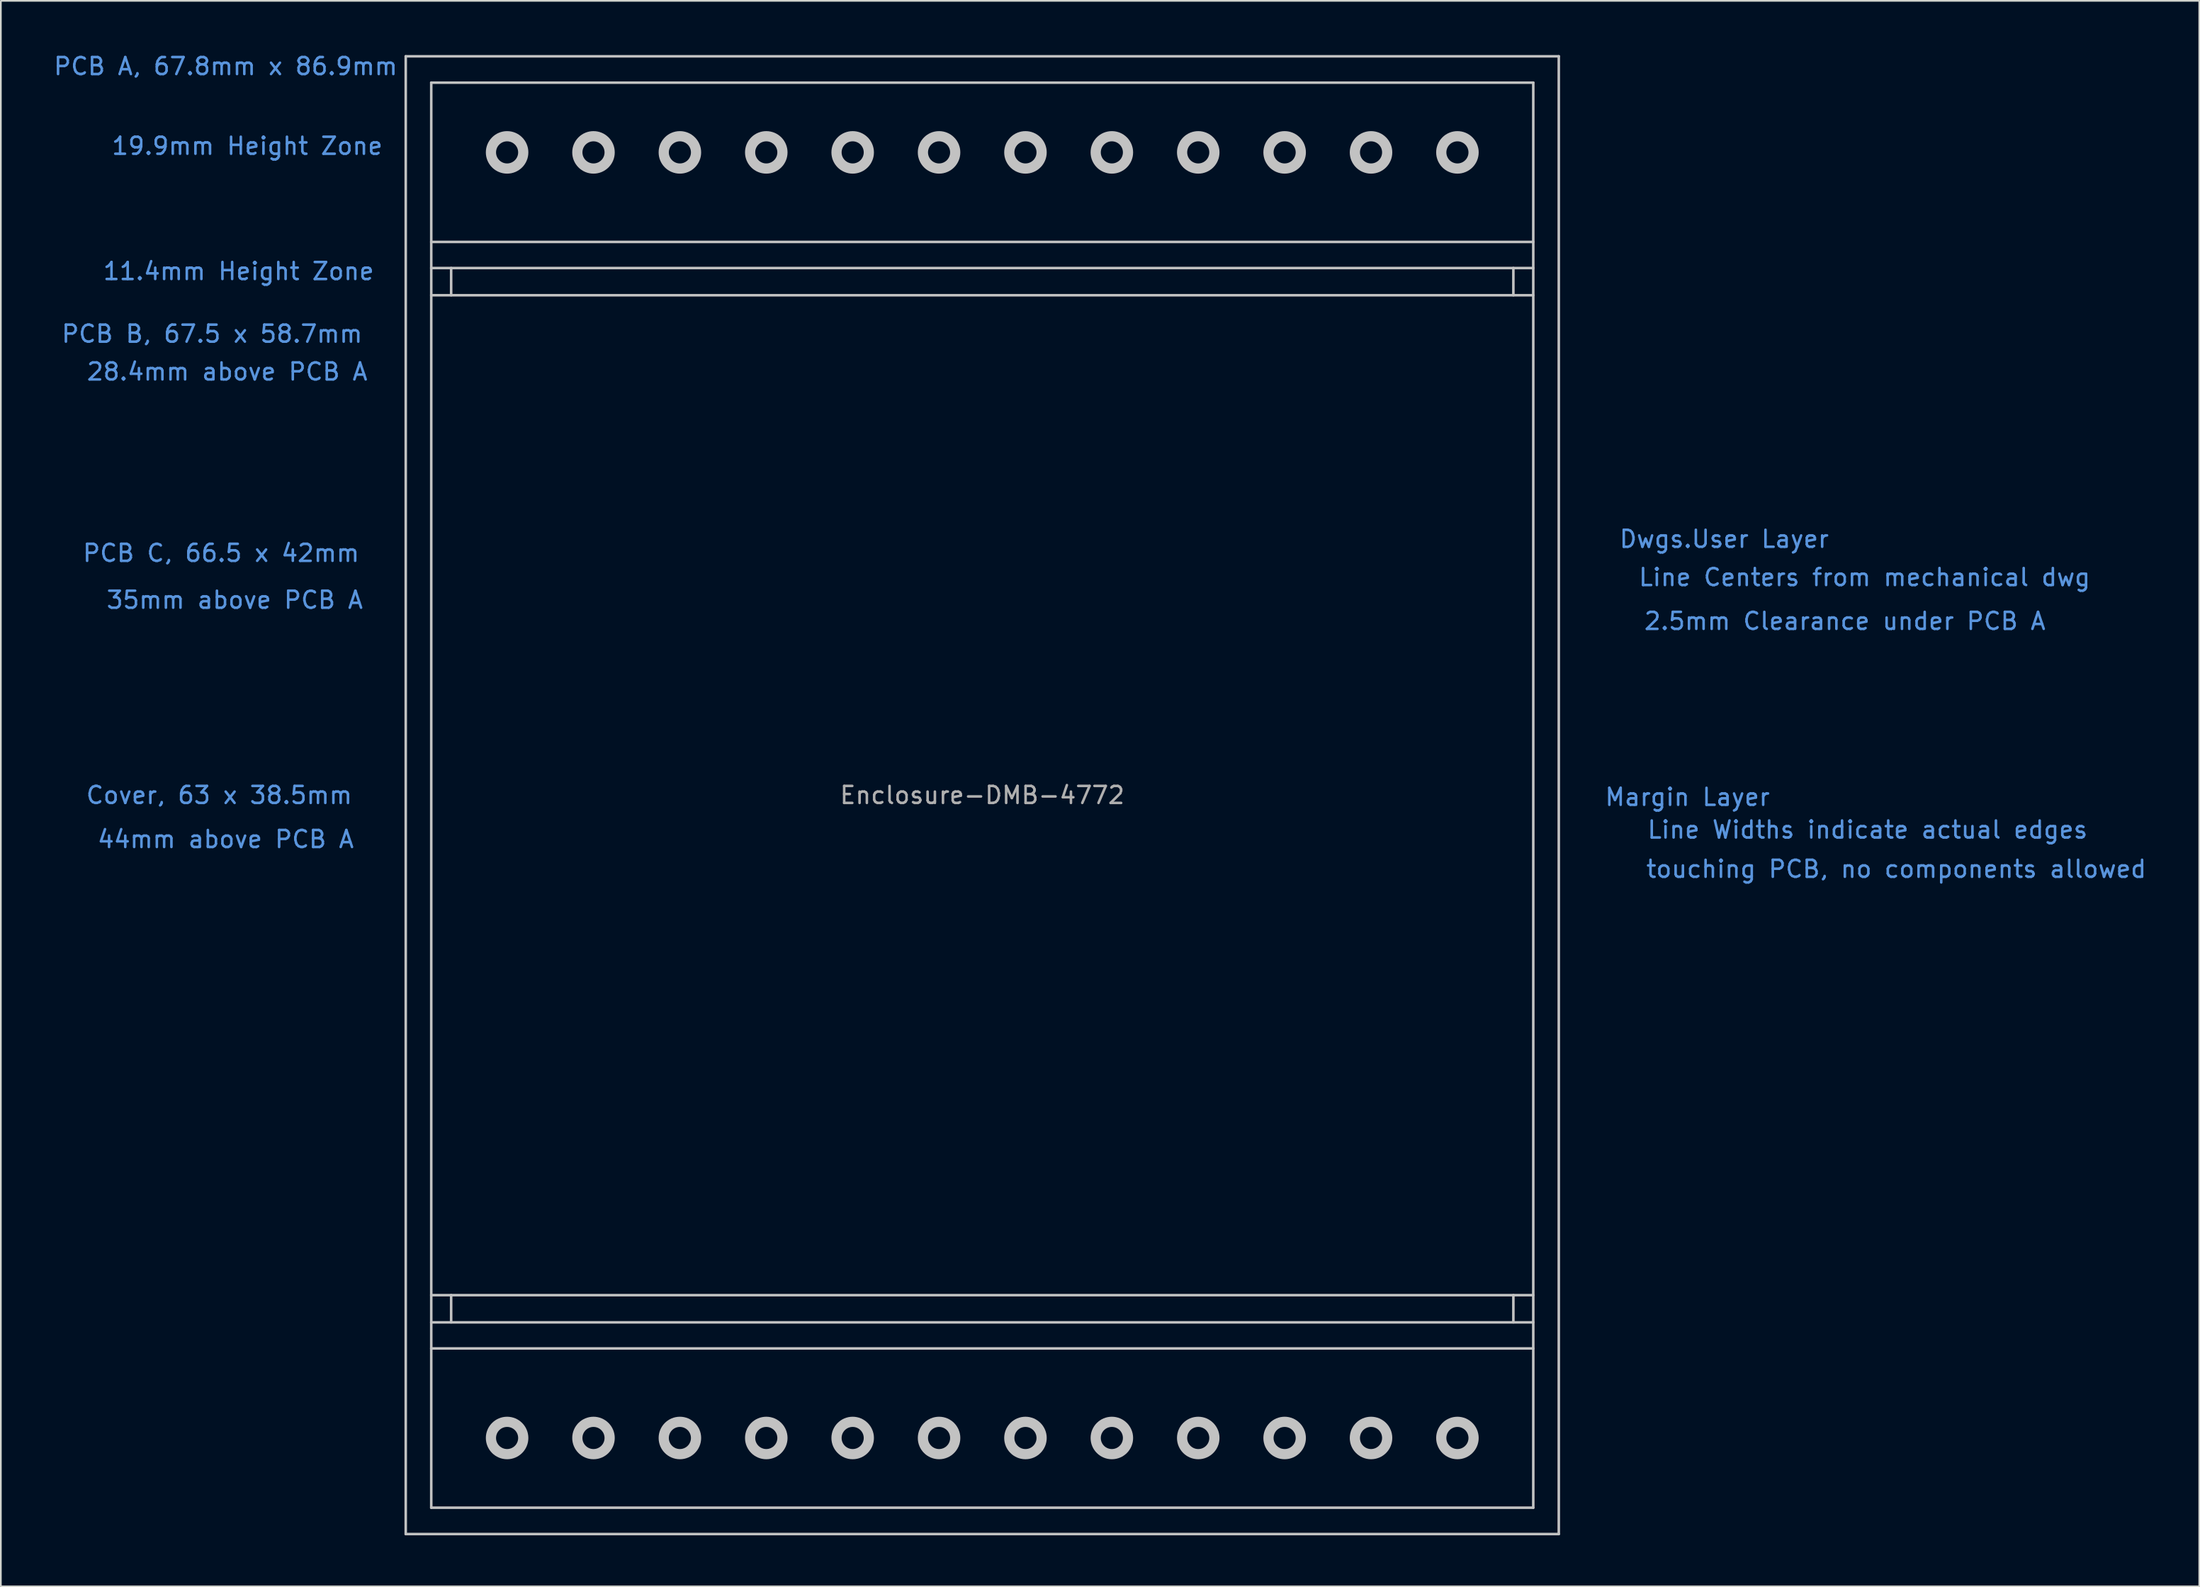
<source format=kicad_pcb>
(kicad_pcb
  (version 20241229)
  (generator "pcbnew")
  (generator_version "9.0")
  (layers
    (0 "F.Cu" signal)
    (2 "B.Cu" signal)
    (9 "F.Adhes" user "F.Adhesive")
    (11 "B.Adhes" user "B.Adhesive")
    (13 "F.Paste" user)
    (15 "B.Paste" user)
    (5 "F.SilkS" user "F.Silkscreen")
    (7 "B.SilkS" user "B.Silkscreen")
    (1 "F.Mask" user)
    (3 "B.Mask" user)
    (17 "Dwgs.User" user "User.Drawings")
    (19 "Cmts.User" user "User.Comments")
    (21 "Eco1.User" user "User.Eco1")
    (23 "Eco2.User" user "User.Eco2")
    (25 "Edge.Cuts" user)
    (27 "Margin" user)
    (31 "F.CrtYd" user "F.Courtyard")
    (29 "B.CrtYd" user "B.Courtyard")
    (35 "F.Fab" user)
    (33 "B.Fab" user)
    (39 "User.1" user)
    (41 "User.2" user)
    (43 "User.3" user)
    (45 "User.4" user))
  (footprint "Enclosure-DMB-4772"
    (layer "F.Cu")
    (at 54.708 43.711)
    (property "Reference" "Enclosure-DMB-4772" (at 0 0 0) (layer "F.Fab") (effects (font (size 1 1) (thickness 0.15))))
    (attr through_hole)
    (fp_line (start -33.9 -43.45) (end 33.9 -43.45) (stroke (width 0.15) (type solid)) (layer "Dwgs.User"))
    (fp_line (start -33.9 43.45) (end -33.9 -43.45) (stroke (width 0.15) (type solid)) (layer "Dwgs.User"))
    (fp_line (start -33.9 43.45) (end 33.9 43.45) (stroke (width 0.15) (type solid)) (layer "Dwgs.User"))
    (fp_line (start -32.4 -41.9) (end -32.4 41.9) (stroke (width 0.15) (type solid)) (layer "Dwgs.User"))
    (fp_line (start -32.4 -41.9) (end 32.4 -41.9) (stroke (width 0.15) (type solid)) (layer "Dwgs.User"))
    (fp_line (start -32.4 -32.535) (end 32.4 -32.535) (stroke (width 0.15) (type solid)) (layer "Dwgs.User"))
    (fp_line (start -32.4 -31) (end 32.4 -31) (stroke (width 0.15) (type solid)) (layer "Dwgs.User"))
    (fp_line (start -32.4 -29.4) (end 32.4 -29.4) (stroke (width 0.15) (type solid)) (layer "Dwgs.User"))
    (fp_line (start -32.4 29.4) (end 32.4 29.4) (stroke (width 0.15) (type solid)) (layer "Dwgs.User"))
    (fp_line (start -32.4 31) (end 32.4 31) (stroke (width 0.15) (type solid)) (layer "Dwgs.User"))
    (fp_line (start -32.4 32.535) (end 32.4 32.535) (stroke (width 0.15) (type solid)) (layer "Dwgs.User"))
    (fp_line (start -32.4 41.9) (end 32.4 41.9) (stroke (width 0.15) (type solid)) (layer "Dwgs.User"))
    (fp_line (start -31.23 -31) (end -31.23 -29.4) (stroke (width 0.15) (type solid)) (layer "Dwgs.User"))
    (fp_line (start -31.23 29.4) (end -31.23 31) (stroke (width 0.15) (type solid)) (layer "Dwgs.User"))
    (fp_line (start 31.23 -31) (end 31.23 -29.4) (stroke (width 0.15) (type solid)) (layer "Dwgs.User"))
    (fp_line (start 31.23 29.4) (end 31.23 31) (stroke (width 0.15) (type solid)) (layer "Dwgs.User"))
    (fp_line (start 32.4 -41.9) (end 32.4 41.9) (stroke (width 0.15) (type solid)) (layer "Dwgs.User"))
    (fp_line (start 33.9 -43.45) (end 33.9 43.45) (stroke (width 0.15) (type solid)) (layer "Dwgs.User"))
    (fp_circle (center -27.94 -37.8) (end -27.94 -36.85) (stroke (width 0.6) (type solid)) (fill no) (layer "Dwgs.User"))
    (fp_circle (center -27.94 37.8) (end -27.94 38.75) (stroke (width 0.6) (type solid)) (fill no) (layer "Dwgs.User"))
    (fp_circle (center -22.86 -37.8) (end -22.86 -36.85) (stroke (width 0.6) (type solid)) (fill no) (layer "Dwgs.User"))
    (fp_circle (center -22.86 37.8) (end -22.86 38.75) (stroke (width 0.6) (type solid)) (fill no) (layer "Dwgs.User"))
    (fp_circle (center -17.78 -37.8) (end -17.78 -36.85) (stroke (width 0.6) (type solid)) (fill no) (layer "Dwgs.User"))
    (fp_circle (center -17.78 37.8) (end -17.78 38.75) (stroke (width 0.6) (type solid)) (fill no) (layer "Dwgs.User"))
    (fp_circle (center -12.7 -37.8) (end -12.7 -36.85) (stroke (width 0.6) (type solid)) (fill no) (layer "Dwgs.User"))
    (fp_circle (center -12.7 37.8) (end -12.7 38.75) (stroke (width 0.6) (type solid)) (fill no) (layer "Dwgs.User"))
    (fp_circle (center -7.62 -37.8) (end -7.62 -36.85) (stroke (width 0.6) (type solid)) (fill no) (layer "Dwgs.User"))
    (fp_circle (center -7.62 37.8) (end -7.62 38.75) (stroke (width 0.6) (type solid)) (fill no) (layer "Dwgs.User"))
    (fp_circle (center -2.54 -37.8) (end -2.54 -36.85) (stroke (width 0.6) (type solid)) (fill no) (layer "Dwgs.User"))
    (fp_circle (center -2.54 37.8) (end -2.54 38.75) (stroke (width 0.6) (type solid)) (fill no) (layer "Dwgs.User"))
    (fp_circle (center 2.54 -37.8) (end 2.54 -36.85) (stroke (width 0.6) (type solid)) (fill no) (layer "Dwgs.User"))
    (fp_circle (center 2.54 37.8) (end 2.54 38.75) (stroke (width 0.6) (type solid)) (fill no) (layer "Dwgs.User"))
    (fp_circle (center 7.62 -37.8) (end 7.62 -36.85) (stroke (width 0.6) (type solid)) (fill no) (layer "Dwgs.User"))
    (fp_circle (center 7.62 37.8) (end 7.62 38.75) (stroke (width 0.6) (type solid)) (fill no) (layer "Dwgs.User"))
    (fp_circle (center 12.7 -37.8) (end 12.7 -36.85) (stroke (width 0.6) (type solid)) (fill no) (layer "Dwgs.User"))
    (fp_circle (center 12.7 37.8) (end 12.7 38.75) (stroke (width 0.6) (type solid)) (fill no) (layer "Dwgs.User"))
    (fp_circle (center 17.78 -37.8) (end 17.78 -36.85) (stroke (width 0.6) (type solid)) (fill no) (layer "Dwgs.User"))
    (fp_circle (center 17.78 37.8) (end 17.78 38.75) (stroke (width 0.6) (type solid)) (fill no) (layer "Dwgs.User"))
    (fp_circle (center 22.86 -37.8) (end 22.86 -36.85) (stroke (width 0.6) (type solid)) (fill no) (layer "Dwgs.User"))
    (fp_circle (center 22.86 37.8) (end 22.86 38.75) (stroke (width 0.6) (type solid)) (fill no) (layer "Dwgs.User"))
    (fp_circle (center 27.94 -37.8) (end 27.94 -36.85) (stroke (width 0.6) (type solid)) (fill no) (layer "Dwgs.User"))
    (fp_circle (center 27.94 37.8) (end 27.94 38.75) (stroke (width 0.6) (type solid)) (fill no) (layer "Dwgs.User"))
    (fp_line (start -33.75 -29.35) (end -33.75 29.35) (stroke (width 0.15) (type solid)) (layer "Eco2.User"))
    (fp_line (start -33.75 -29.35) (end 33.75 -29.35) (stroke (width 0.15) (type solid)) (layer "Eco2.User"))
    (fp_line (start -33.75 29.35) (end 33.75 29.35) (stroke (width 0.15) (type solid)) (layer "Eco2.User"))
    (fp_line (start -33.25 -21) (end -33.25 21) (stroke (width 0.15) (type solid)) (layer "Eco2.User"))
    (fp_line (start -33.25 -21) (end 33.25 -21) (stroke (width 0.15) (type solid)) (layer "Eco2.User"))
    (fp_line (start -33.25 21) (end 33.25 21) (stroke (width 0.15) (type solid)) (layer "Eco2.User"))
    (fp_line (start -31.5 -19.25) (end -31.5 19.25) (stroke (width 0.15) (type solid)) (layer "Eco2.User"))
    (fp_line (start -31.5 -19.25) (end 31.5 -19.25) (stroke (width 0.15) (type solid)) (layer "Eco2.User"))
    (fp_line (start -31.5 19.25) (end 31.5 19.25) (stroke (width 0.15) (type solid)) (layer "Eco2.User"))
    (fp_line (start 31.5 -19.25) (end 31.5 19.25) (stroke (width 0.15) (type solid)) (layer "Eco2.User"))
    (fp_line (start 33.25 -21) (end 33.25 21) (stroke (width 0.15) (type solid)) (layer "Eco2.User"))
    (fp_line (start 33.75 -29.35) (end 33.75 29.35) (stroke (width 0.15) (type solid)) (layer "Eco2.User"))
    (fp_arc (start -31.5 17.65) (mid -30.368629 18.118629) (end -29.9 19.25) (stroke (width 0.15) (type solid)) (layer "Eco2.User"))
    (fp_arc (start -29.9 -19.25) (mid -30.368629 -18.118629) (end -31.5 -17.65) (stroke (width 0.15) (type solid)) (layer "Eco2.User"))
    (fp_arc (start 29.9 19.25) (mid 30.368629 18.118629) (end 31.5 17.65) (stroke (width 0.15) (type solid)) (layer "Eco2.User"))
    (fp_arc (start 31.5 -17.65) (mid 30.368629 -18.118629) (end 29.9 -19.25) (stroke (width 0.15) (type solid)) (layer "Eco2.User"))
    (fp_circle (center -30.875 -27.5) (end -30.875 -28.9) (stroke (width 0.15) (type solid)) (fill no) (layer "Eco2.User"))
    (fp_circle (center -30.875 27.5) (end -30.875 26.1) (stroke (width 0.15) (type solid)) (fill no) (layer "Eco2.User"))
    (fp_circle (center 30.875 -27.5) (end 30.875 -28.9) (stroke (width 0.15) (type solid)) (fill no) (layer "Eco2.User"))
    (fp_circle (center 30.875 27.5) (end 30.875 26.1) (stroke (width 0.15) (type solid)) (fill no) (layer "Eco2.User"))
    (fp_line (start -33.15 -42.65) (end -33.15 42.65) (stroke (width 1.5) (type solid)) (layer "Margin"))
    (fp_line (start -33.15 -42.65) (end 33.15 -42.65) (stroke (width 1.5) (type solid)) (layer "Margin"))
    (fp_line (start -33.15 42.65) (end 33.15 42.65) (stroke (width 1.5) (type solid)) (layer "Margin"))
    (fp_line (start -31.815 -30.415) (end -31.815 -29.985) (stroke (width 1.17) (type solid)) (layer "Margin"))
    (fp_line (start -31.815 29.985) (end -31.815 30.415) (stroke (width 1.17) (type solid)) (layer "Margin"))
    (fp_line (start 31.815 -30.415) (end 31.815 -29.985) (stroke (width 1.17) (type solid)) (layer "Margin"))
    (fp_line (start 31.815 29.985) (end 31.815 30.415) (stroke (width 1.17) (type solid)) (layer "Margin"))
    (fp_line (start 33.15 -42.65) (end 33.15 42.65) (stroke (width 1.5) (type solid)) (layer "Margin"))
    (fp_text user "Line Centers from mechanical dwg" (at 51.88 -12.814 0) (layer "Cmts.User") (effects (font (size 1 1) (thickness 0.15))))
    (fp_text user "Line Widths indicate actual edges" (at 52.057 2.032 0) (layer "Cmts.User") (effects (font (size 1 1) (thickness 0.15))))
    (fp_text user "touching PCB, no components allowed" (at 53.746 4.343 0) (layer "Cmts.User") (effects (font (size 1 1) (thickness 0.15))))
    (fp_text user "PCB B, 67.5 x 58.7mm" (at -45.288 -27.127 0) (layer "Cmts.User") (effects (font (size 1 1) (thickness 0.15))))
    (fp_text user "Cover, 63 x 38.5mm" (at -44.869 0 0) (layer "Cmts.User") (effects (font (size 1 1) (thickness 0.15))))
    (fp_text user "44mm above PCB A" (at -44.488 2.591 0) (layer "Cmts.User") (effects (font (size 1 1) (thickness 0.15))))
    (fp_text user "35mm above PCB A" (at -43.955 -11.481 0) (layer "Cmts.User") (effects (font (size 1 1) (thickness 0.15))))
    (fp_text user "28.4mm above PCB A" (at -44.399 -24.905 0) (layer "Cmts.User") (effects (font (size 1 1) (thickness 0.15))))
    (fp_text user "PCB C, 66.5 x 42mm" (at -44.755 -14.237 0) (layer "Cmts.User") (effects (font (size 1 1) (thickness 0.15))))
    (fp_text user "11.4mm Height Zone" (at -43.726 -30.81 0) (layer "Cmts.User") (effects (font (size 1 1) (thickness 0.15))))
    (fp_text user "Margin Layer" (at 41.467 0.111 0) (layer "Cmts.User") (effects (font (size 1 1) (thickness 0.15))))
    (fp_text user "19.9mm Height Zone" (at -43.218 -38.176 0) (layer "Cmts.User") (effects (font (size 1 1) (thickness 0.15))))
    (fp_text user "2.5mm Clearance under PCB A" (at 50.724 -10.236 0) (layer "Cmts.User") (effects (font (size 1 1) (thickness 0.15))))
    (fp_text user "Dwgs.User Layer" (at 43.626 -15.064 0) (layer "Cmts.User") (effects (font (size 1 1) (thickness 0.15))))
    (fp_text user "PCB A, 67.8mm x 86.9mm" (at -44.488 -42.862 0) (layer "Cmts.User") (effects (font (size 1 1) (thickness 0.15)))))
  (gr_rect
    (start -3 -3)
    (end 126.27 90.236)
    (stroke (width 0.1) (type default))
    (fill no)
    (layer "Edge.Cuts")))
</source>
